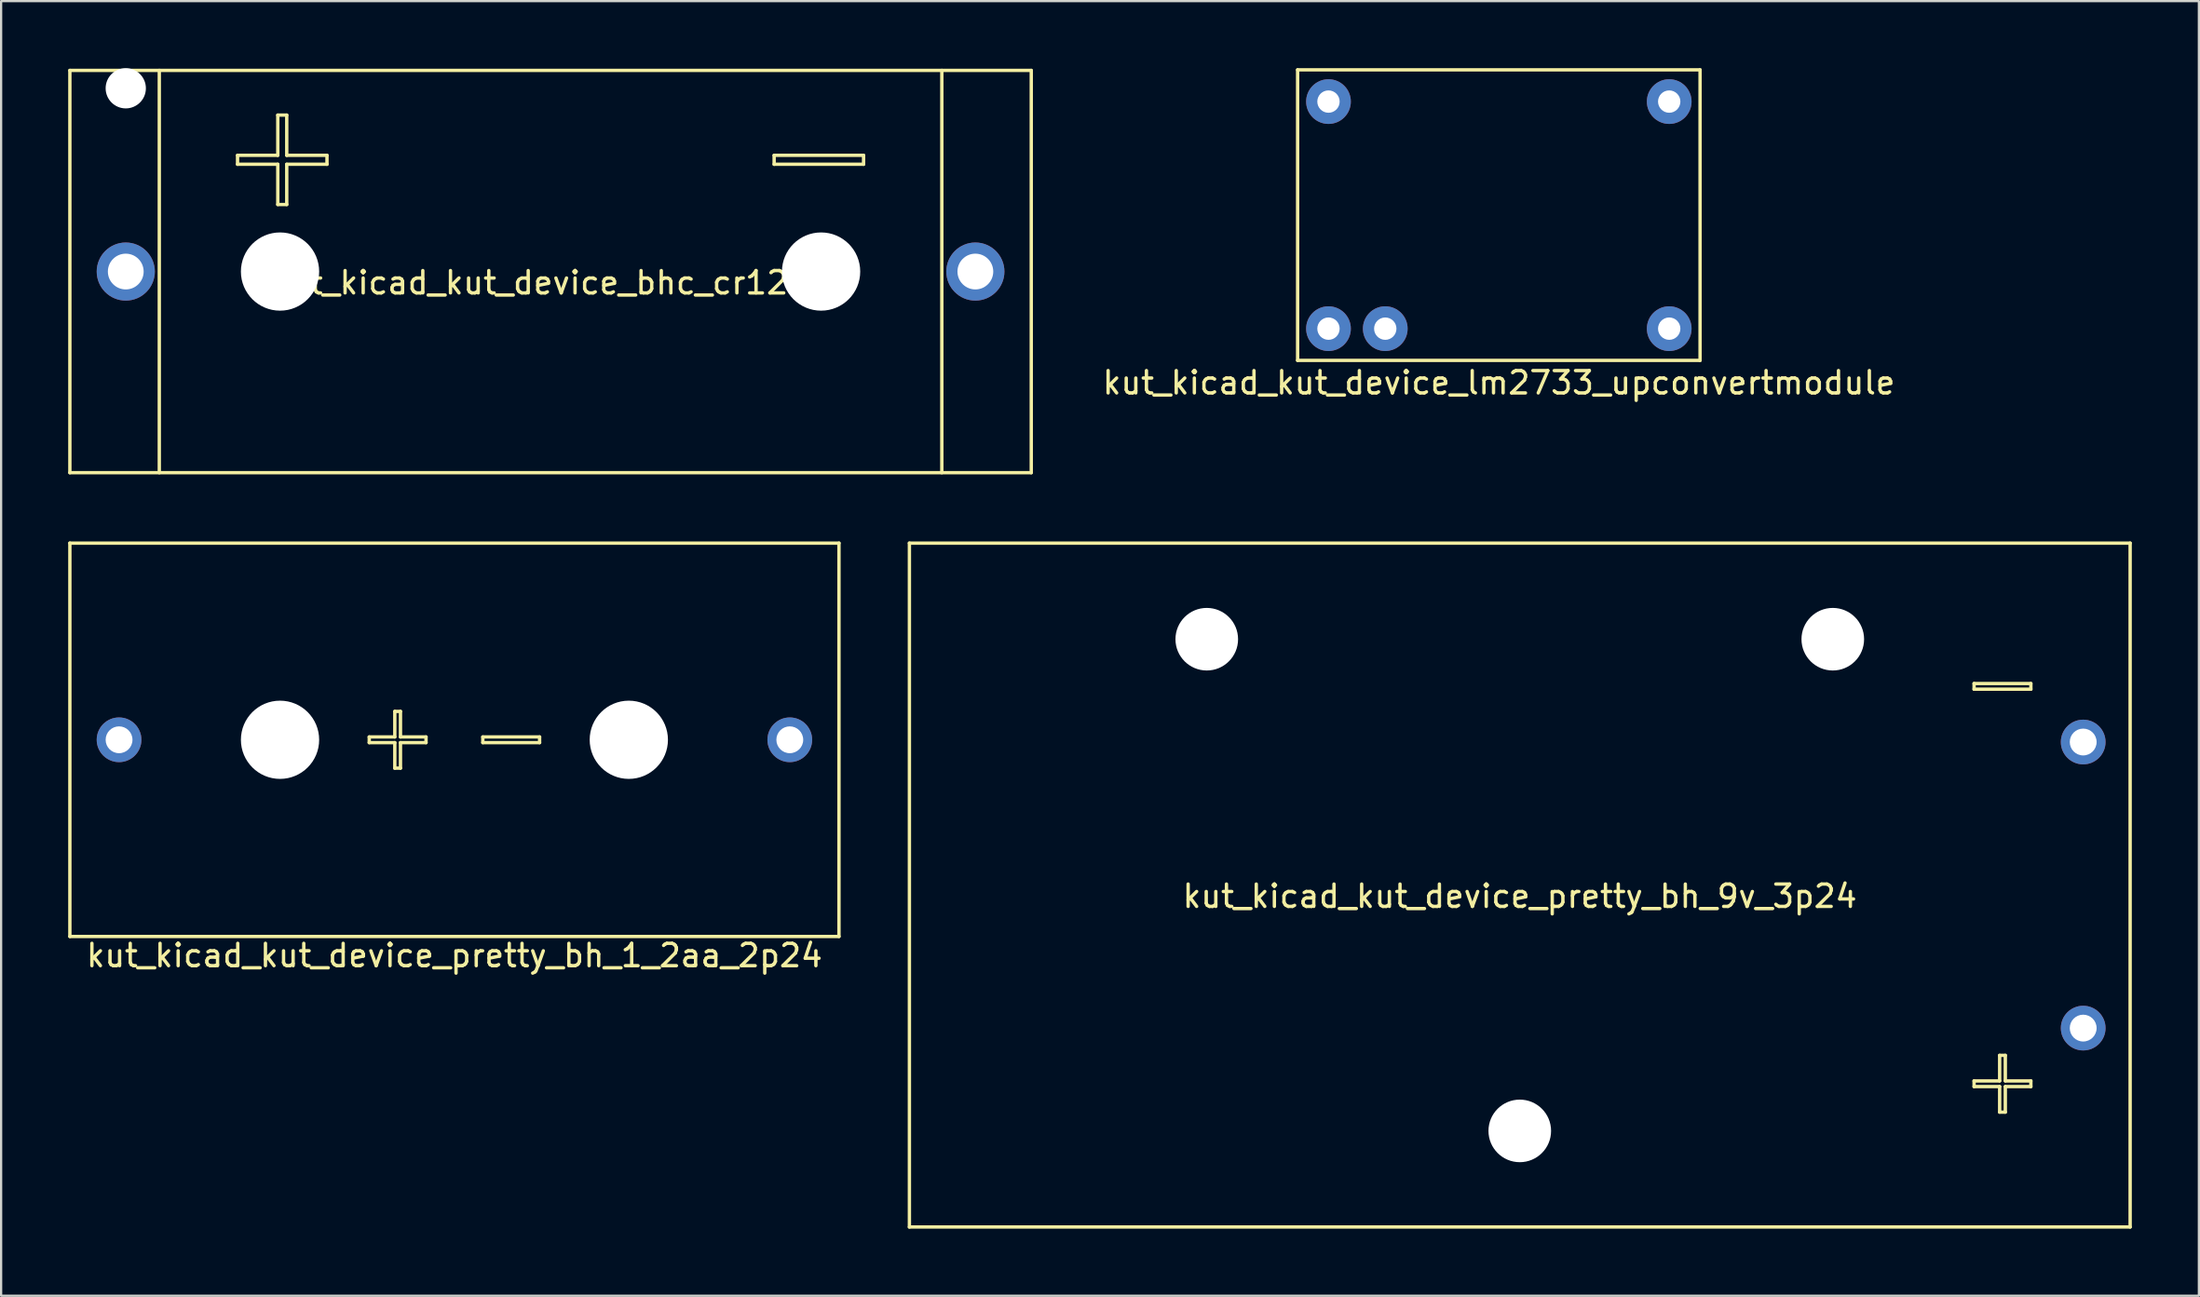
<source format=kicad_pcb>
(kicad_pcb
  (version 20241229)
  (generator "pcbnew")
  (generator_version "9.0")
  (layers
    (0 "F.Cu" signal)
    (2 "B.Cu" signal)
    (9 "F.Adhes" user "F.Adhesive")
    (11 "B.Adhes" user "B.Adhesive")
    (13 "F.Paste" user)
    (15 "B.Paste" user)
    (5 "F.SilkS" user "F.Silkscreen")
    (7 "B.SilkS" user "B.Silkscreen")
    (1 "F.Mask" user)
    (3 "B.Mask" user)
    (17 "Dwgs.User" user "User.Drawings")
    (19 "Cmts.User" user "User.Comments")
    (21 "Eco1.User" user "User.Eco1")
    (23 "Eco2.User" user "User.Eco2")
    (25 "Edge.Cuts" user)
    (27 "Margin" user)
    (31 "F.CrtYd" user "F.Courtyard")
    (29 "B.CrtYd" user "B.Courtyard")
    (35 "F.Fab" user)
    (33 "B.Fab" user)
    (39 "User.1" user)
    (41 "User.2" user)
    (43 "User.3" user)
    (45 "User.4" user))
  (footprint "kut_kicad_kut_device_bhc_cr123a"
    (layer "F.Cu")
    (at 21.575 9.1)
    (property "Reference" "kut_kicad_kut_device_bhc_cr123a" (at 0 0.5 0) (layer "F.SilkS") (effects (font (size 1 1) (thickness 0.15))))
    (attr through_hole)
    (fp_line (start -21.5 -9) (end -21.5 9) (stroke (width 0.15) (type solid)) (layer "F.SilkS"))
    (fp_line (start -17.5 -9) (end -17.5 9) (stroke (width 0.15) (type solid)) (layer "F.SilkS"))
    (fp_line (start -14 -5.2) (end -14 -4.8) (stroke (width 0.15) (type solid)) (layer "F.SilkS"))
    (fp_line (start -14 -4.8) (end -12.2 -4.8) (stroke (width 0.15) (type solid)) (layer "F.SilkS"))
    (fp_line (start -12.2 -7) (end -12.2 -5.2) (stroke (width 0.15) (type solid)) (layer "F.SilkS"))
    (fp_line (start -12.2 -5.2) (end -14 -5.2) (stroke (width 0.15) (type solid)) (layer "F.SilkS"))
    (fp_line (start -12.2 -4.8) (end -12.2 -3) (stroke (width 0.15) (type solid)) (layer "F.SilkS"))
    (fp_line (start -12.2 -3) (end -11.8 -3) (stroke (width 0.15) (type solid)) (layer "F.SilkS"))
    (fp_line (start -11.8 -7) (end -12.2 -7) (stroke (width 0.15) (type solid)) (layer "F.SilkS"))
    (fp_line (start -11.8 -5.2) (end -11.8 -7) (stroke (width 0.15) (type solid)) (layer "F.SilkS"))
    (fp_line (start -11.8 -4.8) (end -10 -4.8) (stroke (width 0.15) (type solid)) (layer "F.SilkS"))
    (fp_line (start -11.8 -3) (end -11.8 -4.8) (stroke (width 0.15) (type solid)) (layer "F.SilkS"))
    (fp_line (start -10 -5.2) (end -11.8 -5.2) (stroke (width 0.15) (type solid)) (layer "F.SilkS"))
    (fp_line (start -10 -4.8) (end -10 -5.2) (stroke (width 0.15) (type solid)) (layer "F.SilkS"))
    (fp_line (start 10 -5.2) (end 14 -5.2) (stroke (width 0.15) (type solid)) (layer "F.SilkS"))
    (fp_line (start 10 -4.8) (end 10 -5.2) (stroke (width 0.15) (type solid)) (layer "F.SilkS"))
    (fp_line (start 14 -5.2) (end 14 -4.8) (stroke (width 0.15) (type solid)) (layer "F.SilkS"))
    (fp_line (start 14 -4.8) (end 10 -4.8) (stroke (width 0.15) (type solid)) (layer "F.SilkS"))
    (fp_line (start 17.5 -9) (end 17.5 9) (stroke (width 0.15) (type solid)) (layer "F.SilkS"))
    (fp_line (start 21.5 -9) (end -21.5 -9) (stroke (width 0.15) (type solid)) (layer "F.SilkS"))
    (fp_line (start 21.5 -9) (end 21.5 9) (stroke (width 0.15) (type solid)) (layer "F.SilkS"))
    (fp_line (start 21.5 9) (end -21.5 9) (stroke (width 0.15) (type solid)) (layer "F.SilkS"))
    (pad "" np_thru_hole circle (at -19 -8.2) (size 1.8 1.8) (drill 1.8) (layers "*.Cu" "*.Mask"))
    (pad "" np_thru_hole circle (at -12.1 0) (size 3.5 3.5) (drill 3.5) (layers "*.Cu" "*.Mask"))
    (pad "" np_thru_hole circle (at 12.1 0) (size 3.5 3.5) (drill 3.5) (layers "*.Cu" "*.Mask"))
    (pad "1" thru_hole circle (at -19 0) (size 2.6 2.6) (drill 1.6) (layers "*.Cu" "*.Mask"))
    (pad "2" thru_hole circle (at 19 0) (size 2.6 2.6) (drill 1.6) (layers "*.Cu" "*.Mask")))
  (footprint "kut_kicad_kut_device_lm2733_upconvertmodule"
    (layer "F.Cu")
    (at 63.989 6.575)
    (property "Reference" "kut_kicad_kut_device_lm2733_upconvertmodule" (at 0 7.5 0) (layer "F.SilkS") (effects (font (size 1 1) (thickness 0.15))))
    (attr through_hole)
    (fp_line (start -9 -6.5) (end 9 -6.5) (stroke (width 0.15) (type solid)) (layer "F.SilkS"))
    (fp_line (start -9 6.5) (end -9 -6.5) (stroke (width 0.15) (type solid)) (layer "F.SilkS"))
    (fp_line (start 9 -6.5) (end 9 6.5) (stroke (width 0.15) (type solid)) (layer "F.SilkS"))
    (fp_line (start 9 6.5) (end -9 6.5) (stroke (width 0.15) (type solid)) (layer "F.SilkS"))
    (pad "1" thru_hole circle (at -7.62 -5.08) (size 2 2) (drill 1) (layers "*.Cu" "*.Mask"))
    (pad "2" thru_hole circle (at -7.62 5.08) (size 2 2) (drill 1) (layers "*.Cu" "*.Mask"))
    (pad "3" thru_hole circle (at -5.08 5.08) (size 2 2) (drill 1) (layers "*.Cu" "*.Mask"))
    (pad "4" thru_hole circle (at 7.62 5.08) (size 2 2) (drill 1) (layers "*.Cu" "*.Mask"))
    (pad "5" thru_hole circle (at 7.62 -5.08) (size 2 2) (drill 1) (layers "*.Cu" "*.Mask")))
  (footprint "kut_kicad_kut_device_pretty_bh_9v_3p24"
    (layer "F.Cu")
    (at 64.925 36.55)
    (property "Reference" "kut_kicad_kut_device_pretty_bh_9v_3p24" (at 0 0.5 0) (layer "F.SilkS") (effects (font (size 1 1) (thickness 0.15))))
    (attr through_hole)
    (fp_line (start -27.3 -15.3) (end 27.3 -15.3) (stroke (width 0.15) (type solid)) (layer "F.SilkS"))
    (fp_line (start -27.3 15.3) (end -27.3 -15.3) (stroke (width 0.15) (type solid)) (layer "F.SilkS"))
    (fp_line (start 20.32 -9.017) (end 20.32 -8.763) (stroke (width 0.15) (type solid)) (layer "F.SilkS"))
    (fp_line (start 20.32 -8.763) (end 22.86 -8.763) (stroke (width 0.15) (type solid)) (layer "F.SilkS"))
    (fp_line (start 20.32 8.763) (end 21.463 8.763) (stroke (width 0.15) (type solid)) (layer "F.SilkS"))
    (fp_line (start 20.32 9.017) (end 20.32 8.763) (stroke (width 0.15) (type solid)) (layer "F.SilkS"))
    (fp_line (start 21.463 7.62) (end 21.717 7.62) (stroke (width 0.15) (type solid)) (layer "F.SilkS"))
    (fp_line (start 21.463 8.763) (end 21.463 7.62) (stroke (width 0.15) (type solid)) (layer "F.SilkS"))
    (fp_line (start 21.463 9.017) (end 20.32 9.017) (stroke (width 0.15) (type solid)) (layer "F.SilkS"))
    (fp_line (start 21.463 10.16) (end 21.463 9.017) (stroke (width 0.15) (type solid)) (layer "F.SilkS"))
    (fp_line (start 21.717 7.62) (end 21.717 8.763) (stroke (width 0.15) (type solid)) (layer "F.SilkS"))
    (fp_line (start 21.717 8.763) (end 22.86 8.763) (stroke (width 0.15) (type solid)) (layer "F.SilkS"))
    (fp_line (start 21.717 9.017) (end 21.717 10.16) (stroke (width 0.15) (type solid)) (layer "F.SilkS"))
    (fp_line (start 21.717 10.16) (end 21.463 10.16) (stroke (width 0.15) (type solid)) (layer "F.SilkS"))
    (fp_line (start 22.86 -9.017) (end 20.32 -9.017) (stroke (width 0.15) (type solid)) (layer "F.SilkS"))
    (fp_line (start 22.86 -8.763) (end 22.86 -9.017) (stroke (width 0.15) (type solid)) (layer "F.SilkS"))
    (fp_line (start 22.86 8.763) (end 22.86 9.017) (stroke (width 0.15) (type solid)) (layer "F.SilkS"))
    (fp_line (start 22.86 9.017) (end 21.717 9.017) (stroke (width 0.15) (type solid)) (layer "F.SilkS"))
    (fp_line (start 27.3 -15.3) (end 27.3 15.3) (stroke (width 0.15) (type solid)) (layer "F.SilkS"))
    (fp_line (start 27.3 15.3) (end -27.3 15.3) (stroke (width 0.15) (type solid)) (layer "F.SilkS"))
    (pad "" np_thru_hole circle (at -14 -11) (size 2.8 2.8) (drill 2.8) (layers "*.Cu" "*.Mask"))
    (pad "" np_thru_hole circle (at 0 11) (size 2.8 2.8) (drill 2.8) (layers "*.Cu" "*.Mask"))
    (pad "" np_thru_hole circle (at 14 -11) (size 2.8 2.8) (drill 2.8) (layers "*.Cu" "*.Mask"))
    (pad "1" thru_hole circle (at 25.2 6.4) (size 2 2) (drill 1.2) (layers "*.Cu" "*.Mask"))
    (pad "2" thru_hole circle (at 25.2 -6.4) (size 2 2) (drill 1.2) (layers "*.Cu" "*.Mask")))
  (footprint "kut_kicad_kut_device_pretty_bh_1_2aa_2p24"
    (layer "F.Cu")
    (at 17.275 30.05)
    (property "Reference" "kut_kicad_kut_device_pretty_bh_1_2aa_2p24" (at 0 9.652 0) (layer "F.SilkS") (effects (font (size 1 1) (thickness 0.15))))
    (attr through_hole)
    (fp_line (start -17.2 -8.8) (end -17.2 8.8) (stroke (width 0.15) (type solid)) (layer "F.SilkS"))
    (fp_line (start -17.2 -8.8) (end 17.2 -8.8) (stroke (width 0.15) (type solid)) (layer "F.SilkS"))
    (fp_line (start -3.81 -0.127) (end -2.667 -0.127) (stroke (width 0.15) (type solid)) (layer "F.SilkS"))
    (fp_line (start -3.81 0.127) (end -3.81 -0.127) (stroke (width 0.15) (type solid)) (layer "F.SilkS"))
    (fp_line (start -2.667 -1.27) (end -2.413 -1.27) (stroke (width 0.15) (type solid)) (layer "F.SilkS"))
    (fp_line (start -2.667 -0.127) (end -2.667 -1.27) (stroke (width 0.15) (type solid)) (layer "F.SilkS"))
    (fp_line (start -2.667 0.127) (end -3.81 0.127) (stroke (width 0.15) (type solid)) (layer "F.SilkS"))
    (fp_line (start -2.667 1.27) (end -2.667 0.127) (stroke (width 0.15) (type solid)) (layer "F.SilkS"))
    (fp_line (start -2.667 1.27) (end -2.413 1.27) (stroke (width 0.15) (type solid)) (layer "F.SilkS"))
    (fp_line (start -2.413 -1.27) (end -2.413 -0.127) (stroke (width 0.15) (type solid)) (layer "F.SilkS"))
    (fp_line (start -2.413 -0.127) (end -1.27 -0.127) (stroke (width 0.15) (type solid)) (layer "F.SilkS"))
    (fp_line (start -2.413 0.127) (end -2.413 1.27) (stroke (width 0.15) (type solid)) (layer "F.SilkS"))
    (fp_line (start -1.27 -0.127) (end -1.27 0.127) (stroke (width 0.15) (type solid)) (layer "F.SilkS"))
    (fp_line (start -1.27 0.127) (end -2.413 0.127) (stroke (width 0.15) (type solid)) (layer "F.SilkS"))
    (fp_line (start 1.27 -0.127) (end 1.27 0.127) (stroke (width 0.15) (type solid)) (layer "F.SilkS"))
    (fp_line (start 1.27 0.127) (end 3.81 0.127) (stroke (width 0.15) (type solid)) (layer "F.SilkS"))
    (fp_line (start 3.81 -0.127) (end 1.27 -0.127) (stroke (width 0.15) (type solid)) (layer "F.SilkS"))
    (fp_line (start 3.81 0.127) (end 3.81 -0.127) (stroke (width 0.15) (type solid)) (layer "F.SilkS"))
    (fp_line (start 17.2 -8.8) (end 17.2 8.8) (stroke (width 0.15) (type solid)) (layer "F.SilkS"))
    (fp_line (start 17.2 8.8) (end -17.2 8.8) (stroke (width 0.15) (type solid)) (layer "F.SilkS"))
    (pad "" np_thru_hole circle (at -7.8 0) (size 3.5 3.5) (drill 3.5) (layers "*.Cu" "*.Mask"))
    (pad "" np_thru_hole circle (at 7.8 0) (size 3.5 3.5) (drill 3.5) (layers "*.Cu" "*.Mask"))
    (pad "1" thru_hole circle (at -15 0) (size 2 2) (drill 1.2) (layers "*.Cu" "*.Mask"))
    (pad "2" thru_hole circle (at 15 0) (size 2 2) (drill 1.2) (layers "*.Cu" "*.Mask")))
  (gr_rect
    (start -3 -3)
    (end 95.3 54.925)
    (stroke (width 0.1) (type default))
    (fill no)
    (layer "Edge.Cuts")))
</source>
